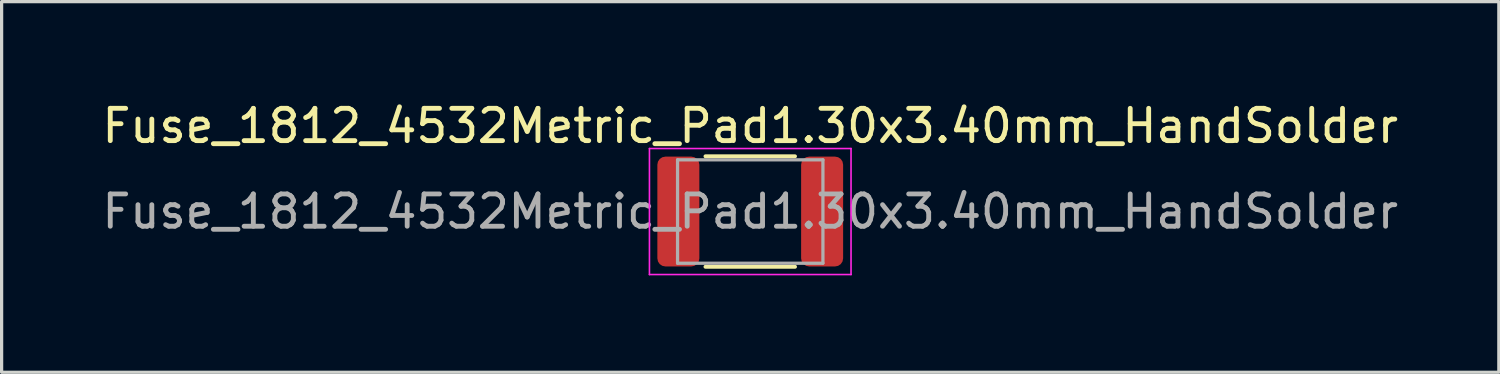
<source format=kicad_pcb>
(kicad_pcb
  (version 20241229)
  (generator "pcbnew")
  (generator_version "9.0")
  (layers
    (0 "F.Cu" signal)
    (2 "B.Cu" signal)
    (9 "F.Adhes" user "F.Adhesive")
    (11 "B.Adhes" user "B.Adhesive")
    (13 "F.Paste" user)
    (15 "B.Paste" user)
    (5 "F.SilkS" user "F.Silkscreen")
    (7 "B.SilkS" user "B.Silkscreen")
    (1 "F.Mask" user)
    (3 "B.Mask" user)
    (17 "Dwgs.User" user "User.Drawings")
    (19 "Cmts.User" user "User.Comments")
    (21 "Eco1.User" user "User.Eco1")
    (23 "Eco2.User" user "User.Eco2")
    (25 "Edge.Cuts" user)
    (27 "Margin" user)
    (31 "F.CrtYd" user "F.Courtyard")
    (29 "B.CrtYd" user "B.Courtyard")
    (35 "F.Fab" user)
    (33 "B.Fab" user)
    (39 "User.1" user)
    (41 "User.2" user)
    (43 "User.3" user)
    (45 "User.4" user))
  (footprint "Fuse_1812_4532Metric_Pad1.30x3.40mm_HandSolder"
    (layer "F.Cu")
    (at 20.173 3.498)
    (property "Reference" "Fuse_1812_4532Metric_Pad1.30x3.40mm_HandSolder" (at 0 -2.65 0) (layer "F.SilkS") (effects (font (size 1 1) (thickness 0.15))))
    (attr smd)
    (fp_line (start -1.386 -1.71) (end 1.386 -1.71) (stroke (width 0.12) (type solid)) (layer "F.SilkS"))
    (fp_line (start -1.386 1.71) (end 1.386 1.71) (stroke (width 0.12) (type solid)) (layer "F.SilkS"))
    (fp_line (start -3.12 -1.95) (end 3.12 -1.95) (stroke (width 0.05) (type solid)) (layer "F.CrtYd"))
    (fp_line (start -3.12 1.95) (end -3.12 -1.95) (stroke (width 0.05) (type solid)) (layer "F.CrtYd"))
    (fp_line (start 3.12 -1.95) (end 3.12 1.95) (stroke (width 0.05) (type solid)) (layer "F.CrtYd"))
    (fp_line (start 3.12 1.95) (end -3.12 1.95) (stroke (width 0.05) (type solid)) (layer "F.CrtYd"))
    (fp_line (start -2.25 -1.6) (end 2.25 -1.6) (stroke (width 0.1) (type solid)) (layer "F.Fab"))
    (fp_line (start -2.25 1.6) (end -2.25 -1.6) (stroke (width 0.1) (type solid)) (layer "F.Fab"))
    (fp_line (start 2.25 -1.6) (end 2.25 1.6) (stroke (width 0.1) (type solid)) (layer "F.Fab"))
    (fp_line (start 2.25 1.6) (end -2.25 1.6) (stroke (width 0.1) (type solid)) (layer "F.Fab"))
    (fp_text user "${REFERENCE}" (at 0 0 0) (layer "F.Fab") (effects (font (size 1 1) (thickness 0.15))))
    (pad "1" smd roundrect (at -2.225 0) (size 1.3 3.4) (layers "F.Cu" "F.Mask" "F.Paste") (roundrect_rratio 0.192))
    (pad "2" smd roundrect (at 2.225 0) (size 1.3 3.4) (layers "F.Cu" "F.Mask" "F.Paste") (roundrect_rratio 0.192)))
  (gr_rect
    (start -3 -3)
    (end 43.345 8.473)
    (stroke (width 0.1) (type default))
    (fill no)
    (layer "Edge.Cuts")))
</source>
